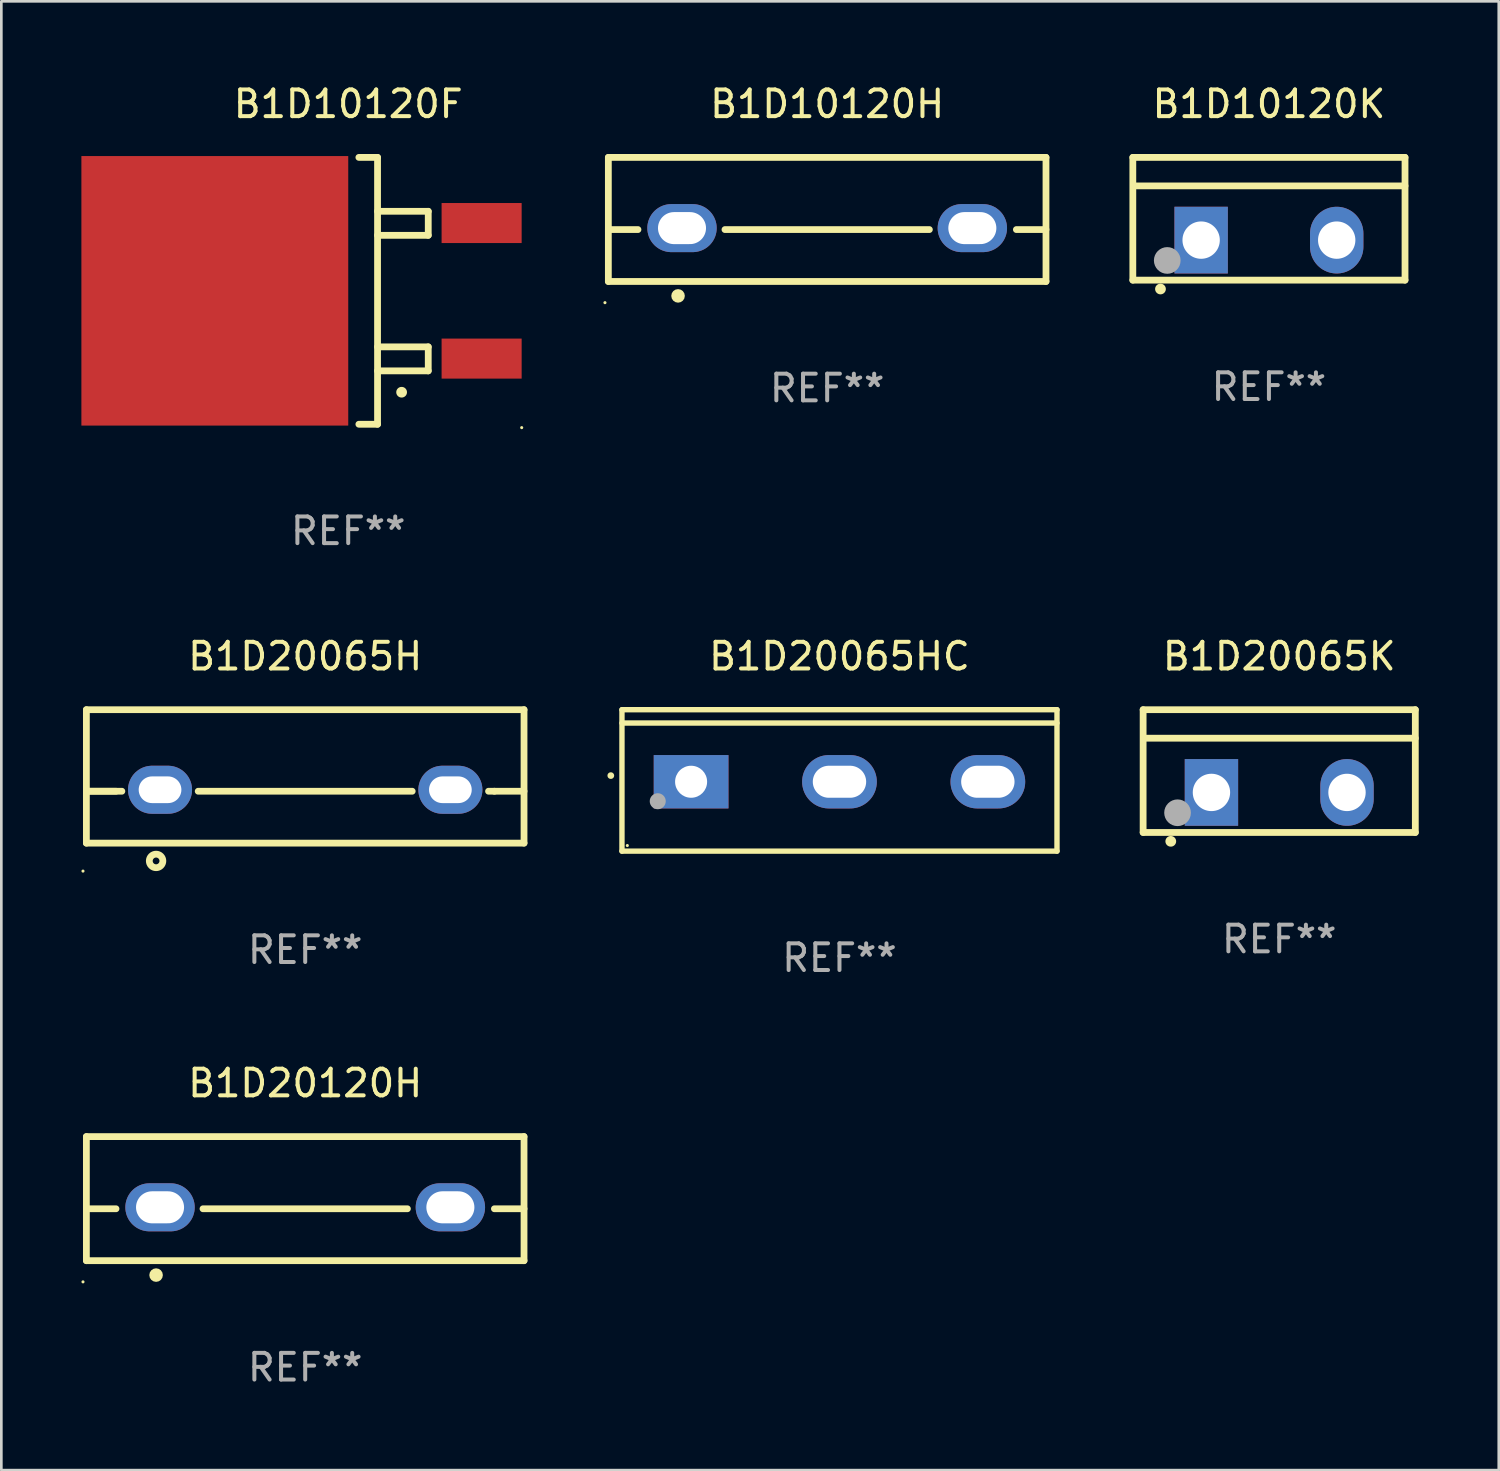
<source format=kicad_pcb>
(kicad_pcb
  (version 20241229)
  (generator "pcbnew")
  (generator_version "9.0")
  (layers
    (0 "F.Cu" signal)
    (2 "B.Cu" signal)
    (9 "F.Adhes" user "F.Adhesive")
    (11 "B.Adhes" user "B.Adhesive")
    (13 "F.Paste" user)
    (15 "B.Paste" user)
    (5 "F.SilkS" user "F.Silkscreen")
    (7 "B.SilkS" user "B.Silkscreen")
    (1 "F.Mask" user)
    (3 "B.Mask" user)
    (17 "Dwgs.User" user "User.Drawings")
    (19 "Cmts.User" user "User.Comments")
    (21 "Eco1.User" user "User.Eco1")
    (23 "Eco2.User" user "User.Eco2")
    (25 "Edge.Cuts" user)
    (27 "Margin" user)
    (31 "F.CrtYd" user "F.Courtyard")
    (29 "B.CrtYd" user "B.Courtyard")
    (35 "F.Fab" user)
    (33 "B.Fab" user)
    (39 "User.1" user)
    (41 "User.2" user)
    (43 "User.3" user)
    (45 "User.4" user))
  (footprint "B1D20065H"
    (layer "F.Cu")
    (at 8.387 26.045)
    (property "Reference" "B1D20065H" (at 0 -4.5 0) (layer "F.SilkS") (effects (font (size 1 1) (thickness 0.15))))
    (attr through_hole)
    (fp_line (start -8.2 -2.5) (end -8.2 2.5) (stroke (width 0.254) (type solid)) (layer "F.SilkS"))
    (fp_line (start -8.2 -2.5) (end 8.2 -2.5) (stroke (width 0.254) (type solid)) (layer "F.SilkS"))
    (fp_line (start -8.2 0.555) (end -7.09 0.555) (stroke (width 0.254) (type solid)) (layer "F.SilkS"))
    (fp_line (start -8.2 2.5) (end 8.2 2.5) (stroke (width 0.254) (type solid)) (layer "F.SilkS"))
    (fp_line (start -6.87 0.555) (end -8.2 0.555) (stroke (width 0.254) (type solid)) (layer "F.SilkS"))
    (fp_line (start 4.01 0.555) (end -4.01 0.555) (stroke (width 0.254) (type solid)) (layer "F.SilkS"))
    (fp_line (start 7.09 0.555) (end 6.87 0.555) (stroke (width 0.254) (type solid)) (layer "F.SilkS"))
    (fp_line (start 7.09 0.555) (end 8.2 0.555) (stroke (width 0.254) (type solid)) (layer "F.SilkS"))
    (fp_line (start 8.2 -2.5) (end 8.2 2.5) (stroke (width 0.254) (type solid)) (layer "F.SilkS"))
    (fp_circle (center -8.327 3.548) (end -8.297 3.548) (stroke (width 0.06) (type solid)) (fill no) (layer "F.SilkS"))
    (fp_circle (center -5.588 3.167) (end -5.334 3.167) (stroke (width 0.254) (type solid)) (fill no) (layer "F.SilkS"))
    (fp_text user "REF**" (at 0 6.5 0) (layer "F.Fab") (effects (font (size 1 1) (thickness 0.15))))
    (pad "1" thru_hole oval (at -5.44 0.5) (size 2.4 1.8) (drill oval 1.6 1) (layers "*.Cu" "*.Mask"))
    (pad "2" thru_hole oval (at 5.44 0.5) (size 2.4 1.8) (drill oval 1.6 1) (layers "*.Cu" "*.Mask")))
  (footprint "B1D20065K"
    (layer "F.Cu")
    (at 44.887 25.845)
    (property "Reference" "B1D20065K" (at 0 -4.3 0) (layer "F.SilkS") (effects (font (size 1 1) (thickness 0.15))))
    (attr through_hole)
    (fp_line (start -5.1 -2.3) (end -5.1 2.3) (stroke (width 0.254) (type solid)) (layer "F.SilkS"))
    (fp_line (start -5.1 2.3) (end 5.1 2.3) (stroke (width 0.254) (type solid)) (layer "F.SilkS"))
    (fp_line (start -5.08 -1.232) (end 5.1 -1.232) (stroke (width 0.254) (type solid)) (layer "F.SilkS"))
    (fp_line (start 5.1 -2.3) (end -5.1 -2.3) (stroke (width 0.254) (type solid)) (layer "F.SilkS"))
    (fp_line (start 5.1 -2.3) (end 5.1 2.3) (stroke (width 0.254) (type solid)) (layer "F.SilkS"))
    (fp_arc (start -4.065278 2.632004) (mid -4.064008 2.632) (end -4.062738 2.632004) (stroke (width 0.4) (type solid)) (layer "F.SilkS"))
    (fp_circle (center -5.1 2.32) (end -5.07 2.32) (stroke (width 0.06) (type solid)) (fill no) (layer "F.SilkS"))
    (fp_circle (center -3.81 1.562) (end -3.56 1.562) (stroke (width 0.5) (type solid)) (fill no) (layer "F.Fab"))
    (fp_text user "REF**" (at 0 6.3 0) (layer "F.Fab") (effects (font (size 1 1) (thickness 0.15))))
    (pad "1" thru_hole rect (at -2.54 0.8) (size 2 2.5) (drill 1.4) (layers "*.Cu" "*.Mask"))
    (pad "2" thru_hole oval (at 2.54 0.8) (size 2 2.5) (drill 1.4) (layers "*.Cu" "*.Mask")))
  (footprint "B1D20065HC"
    (layer "F.Cu")
    (at 28.408 26.195)
    (property "Reference" "B1D20065HC" (at 0 -4.65 0) (layer "F.SilkS") (effects (font (size 1 1) (thickness 0.15))))
    (attr through_hole)
    (fp_line (start -8.151 -2.65) (end -8.151 2.65) (stroke (width 0.201) (type solid)) (layer "F.SilkS"))
    (fp_line (start 8.151 -2.65) (end -8.151 -2.65) (stroke (width 0.201) (type solid)) (layer "F.SilkS"))
    (fp_line (start 8.151 -2.15) (end -8.151 -2.15) (stroke (width 0.201) (type solid)) (layer "F.SilkS"))
    (fp_line (start 8.151 2.65) (end -8.151 2.65) (stroke (width 0.201) (type solid)) (layer "F.SilkS"))
    (fp_line (start 8.151 2.65) (end 8.151 -2.65) (stroke (width 0.201) (type solid)) (layer "F.SilkS"))
    (fp_arc (start -8.570003 -0.18048) (mid -8.568733 -0.180486) (end -8.567463 -0.18048) (stroke (width 0.24892) (type solid)) (layer "F.SilkS"))
    (fp_circle (center -7.95 2.44) (end -7.92 2.44) (stroke (width 0.06) (type solid)) (fill no) (layer "F.SilkS"))
    (fp_circle (center -6.81 0.78) (end -6.66 0.78) (stroke (width 0.3) (type solid)) (fill no) (layer "F.Fab"))
    (fp_text user "REF**" (at 0 6.65 0) (layer "F.Fab") (effects (font (size 1 1) (thickness 0.15))))
    (pad "1" thru_hole rect (at -5.56 0.05 90) (size 2 2.8) (drill 1.2) (layers "*.Cu" "*.Mask"))
    (pad "2" thru_hole oval (at 0 0.05 90) (size 2 2.8) (drill oval 1.2 2) (layers "*.Cu" "*.Mask"))
    (pad "3" thru_hole oval (at 5.56 0.05 90) (size 2 2.8) (drill oval 1.2 2) (layers "*.Cu" "*.Mask")))
  (footprint "B1D10120H"
    (layer "F.Cu")
    (at 27.947 5.173)
    (property "Reference" "B1D10120H" (at 0 -4.325 0) (layer "F.SilkS") (effects (font (size 1 1) (thickness 0.15))))
    (attr through_hole)
    (fp_line (start -8.2 -2.325) (end -8.2 2.325) (stroke (width 0.254) (type solid)) (layer "F.SilkS"))
    (fp_line (start -8.2 -2.325) (end 8.2 -2.325) (stroke (width 0.254) (type solid)) (layer "F.SilkS"))
    (fp_line (start -8.2 0.38) (end -7.09 0.38) (stroke (width 0.254) (type solid)) (layer "F.SilkS"))
    (fp_line (start -8.2 2.325) (end 8.2 2.325) (stroke (width 0.254) (type solid)) (layer "F.SilkS"))
    (fp_line (start -3.83 0.38) (end 3.83 0.38) (stroke (width 0.254) (type solid)) (layer "F.SilkS"))
    (fp_line (start 7.09 0.38) (end 8.2 0.38) (stroke (width 0.254) (type solid)) (layer "F.SilkS"))
    (fp_line (start 8.2 -2.325) (end 8.2 2.325) (stroke (width 0.254) (type solid)) (layer "F.SilkS"))
    (fp_circle (center -8.327 3.119) (end -8.297 3.119) (stroke (width 0.06) (type solid)) (fill no) (layer "F.SilkS"))
    (fp_circle (center -5.588 2.865) (end -5.461 2.865) (stroke (width 0.254) (type solid)) (fill no) (layer "F.SilkS"))
    (fp_text user "REF**" (at 0 6.325 0) (layer "F.Fab") (effects (font (size 1 1) (thickness 0.15))))
    (pad "1" thru_hole oval (at -5.44 0.325) (size 2.6 1.8) (drill oval 1.8 1.2) (layers "*.Cu" "*.Mask"))
    (pad "2" thru_hole oval (at 5.44 0.325) (size 2.6 1.8) (drill oval 1.8 1.2) (layers "*.Cu" "*.Mask")))
  (footprint "B1D20120H"
    (layer "F.Cu")
    (at 8.387 41.867)
    (property "Reference" "B1D20120H" (at 0 -4.325 0) (layer "F.SilkS") (effects (font (size 1 1) (thickness 0.15))))
    (attr through_hole)
    (fp_line (start -8.2 -2.325) (end -8.2 2.325) (stroke (width 0.254) (type solid)) (layer "F.SilkS"))
    (fp_line (start -8.2 -2.325) (end 8.2 -2.325) (stroke (width 0.254) (type solid)) (layer "F.SilkS"))
    (fp_line (start -8.2 0.38) (end -7.09 0.38) (stroke (width 0.254) (type solid)) (layer "F.SilkS"))
    (fp_line (start -8.2 2.325) (end 8.2 2.325) (stroke (width 0.254) (type solid)) (layer "F.SilkS"))
    (fp_line (start -3.83 0.38) (end 3.83 0.38) (stroke (width 0.254) (type solid)) (layer "F.SilkS"))
    (fp_line (start 7.09 0.38) (end 8.2 0.38) (stroke (width 0.254) (type solid)) (layer "F.SilkS"))
    (fp_line (start 8.2 -2.325) (end 8.2 2.325) (stroke (width 0.254) (type solid)) (layer "F.SilkS"))
    (fp_circle (center -8.327 3.119) (end -8.297 3.119) (stroke (width 0.06) (type solid)) (fill no) (layer "F.SilkS"))
    (fp_circle (center -5.588 2.865) (end -5.461 2.865) (stroke (width 0.254) (type solid)) (fill no) (layer "F.SilkS"))
    (fp_text user "REF**" (at 0 6.325 0) (layer "F.Fab") (effects (font (size 1 1) (thickness 0.15))))
    (pad "1" thru_hole oval (at -5.44 0.325) (size 2.6 1.8) (drill oval 1.8 1.2) (layers "*.Cu" "*.Mask"))
    (pad "2" thru_hole oval (at 5.44 0.325) (size 2.6 1.8) (drill oval 1.8 1.2) (layers "*.Cu" "*.Mask")))
  (footprint "B1D10120K"
    (layer "F.Cu")
    (at 44.501 5.148)
    (property "Reference" "B1D10120K" (at 0 -4.3 0) (layer "F.SilkS") (effects (font (size 1 1) (thickness 0.15))))
    (attr through_hole)
    (fp_line (start -5.1 -2.3) (end -5.1 2.3) (stroke (width 0.254) (type solid)) (layer "F.SilkS"))
    (fp_line (start -5.1 2.3) (end 5.1 2.3) (stroke (width 0.254) (type solid)) (layer "F.SilkS"))
    (fp_line (start -5.08 -1.232) (end 5.1 -1.232) (stroke (width 0.254) (type solid)) (layer "F.SilkS"))
    (fp_line (start 5.1 -2.3) (end -5.1 -2.3) (stroke (width 0.254) (type solid)) (layer "F.SilkS"))
    (fp_line (start 5.1 -2.3) (end 5.1 2.3) (stroke (width 0.254) (type solid)) (layer "F.SilkS"))
    (fp_arc (start -4.065278 2.632004) (mid -4.064008 2.632) (end -4.062738 2.632004) (stroke (width 0.4) (type solid)) (layer "F.SilkS"))
    (fp_circle (center -5.1 2.32) (end -5.07 2.32) (stroke (width 0.06) (type solid)) (fill no) (layer "F.SilkS"))
    (fp_circle (center -3.81 1.562) (end -3.56 1.562) (stroke (width 0.5) (type solid)) (fill no) (layer "F.Fab"))
    (fp_text user "REF**" (at 0 6.3 0) (layer "F.Fab") (effects (font (size 1 1) (thickness 0.15))))
    (pad "1" thru_hole rect (at -2.54 0.8) (size 2 2.5) (drill 1.4) (layers "*.Cu" "*.Mask"))
    (pad "2" thru_hole oval (at 2.54 0.8) (size 2 2.5) (drill 1.4) (layers "*.Cu" "*.Mask")))
  (footprint "B1D10120F"
    (layer "F.Cu")
    (at 9.999 7.848)
    (property "Reference" "B1D10120F" (at 0 -7 0) (layer "F.SilkS") (effects (font (size 1 1) (thickness 0.15))))
    (attr through_hole)
    (fp_line (start 0.399 -5) (end 1.099 -5) (stroke (width 0.254) (type solid)) (layer "F.SilkS"))
    (fp_line (start 1.099 -5) (end 1.099 5) (stroke (width 0.254) (type solid)) (layer "F.SilkS"))
    (fp_line (start 1.099 -2.08) (end 2.999 -2.08) (stroke (width 0.254) (type solid)) (layer "F.SilkS"))
    (fp_line (start 1.099 3) (end 2.999 3) (stroke (width 0.254) (type solid)) (layer "F.SilkS"))
    (fp_line (start 1.099 5) (end 0.399 5) (stroke (width 0.254) (type solid)) (layer "F.SilkS"))
    (fp_line (start 2.999 -2.98) (end 1.099 -2.98) (stroke (width 0.254) (type solid)) (layer "F.SilkS"))
    (fp_line (start 2.999 -2.08) (end 2.999 -2.98) (stroke (width 0.254) (type solid)) (layer "F.SilkS"))
    (fp_line (start 2.999 2.1) (end 1.099 2.1) (stroke (width 0.254) (type solid)) (layer "F.SilkS"))
    (fp_line (start 2.999 3) (end 2.999 2.1) (stroke (width 0.254) (type solid)) (layer "F.SilkS"))
    (fp_arc (start 1.999619 3.799848) (mid 2.000889 3.799844) (end 2.002159 3.799848) (stroke (width 0.4) (type solid)) (layer "F.SilkS"))
    (fp_circle (center 6.501 5.127) (end 6.531 5.127) (stroke (width 0.06) (type solid)) (fill no) (layer "F.SilkS"))
    (fp_text user "REF**" (at 0 9 0) (layer "F.Fab") (effects (font (size 1 1) (thickness 0.15))))
    (pad "1" smd rect (at 4.999 2.54 270) (size 1.5 3) (layers "F.Cu" "F.Mask" "F.Paste"))
    (pad "2" smd rect (at 4.999 -2.54 270) (size 1.5 3) (layers "F.Cu" "F.Mask" "F.Paste"))
    (pad "3" smd rect (at -4.999 0 270) (size 10.1 10) (layers "F.Cu" "F.Mask" "F.Paste")))
  (gr_rect
    (start -3 -3)
    (end 53.114 52.04)
    (stroke (width 0.1) (type default))
    (fill no)
    (layer "Edge.Cuts")))
</source>
